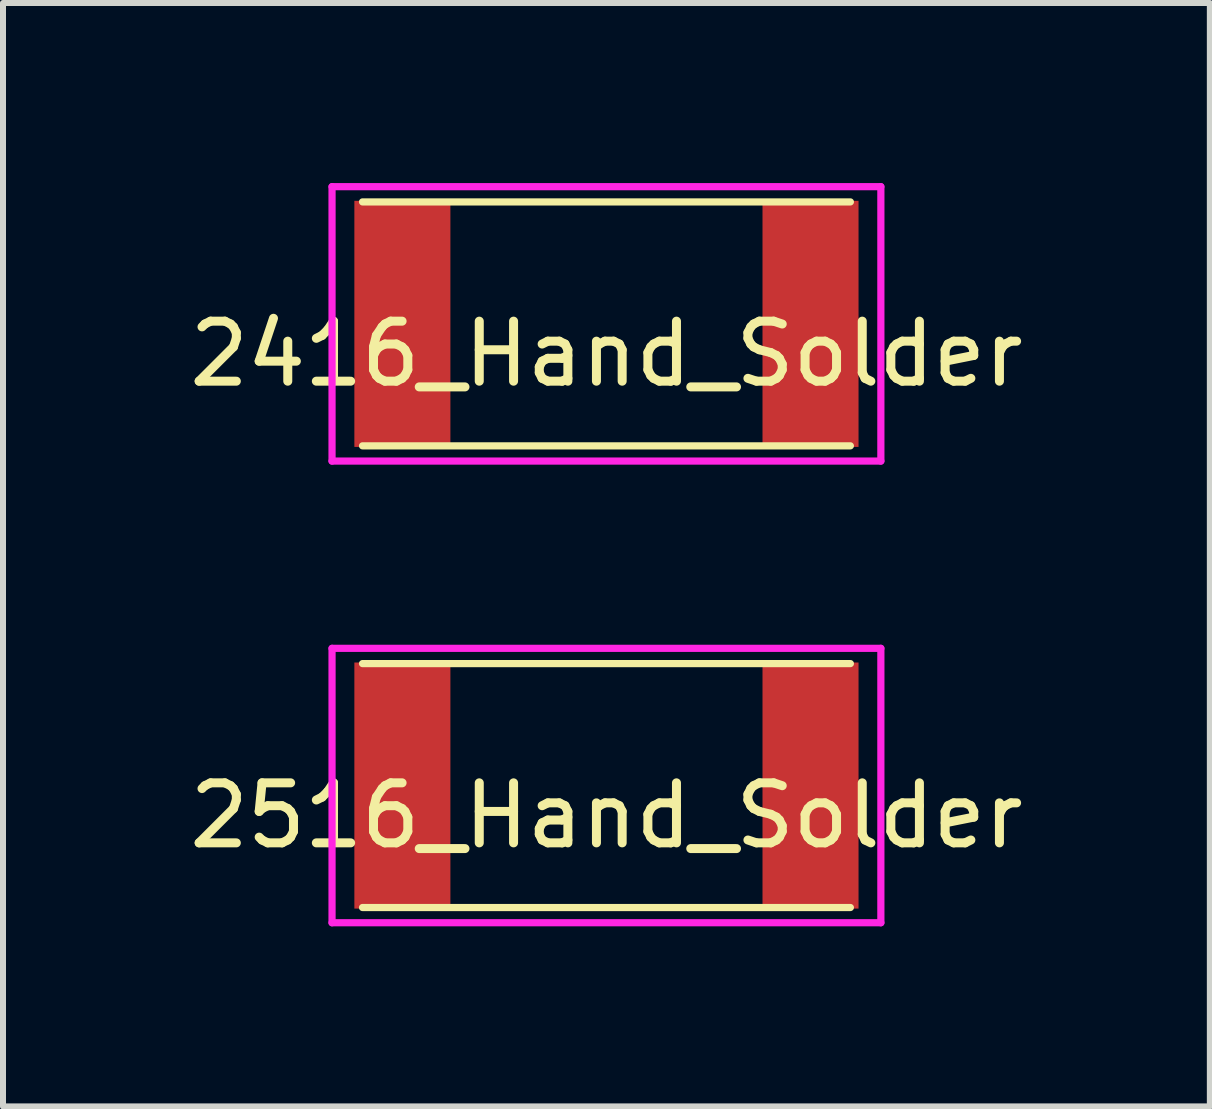
<source format=kicad_pcb>
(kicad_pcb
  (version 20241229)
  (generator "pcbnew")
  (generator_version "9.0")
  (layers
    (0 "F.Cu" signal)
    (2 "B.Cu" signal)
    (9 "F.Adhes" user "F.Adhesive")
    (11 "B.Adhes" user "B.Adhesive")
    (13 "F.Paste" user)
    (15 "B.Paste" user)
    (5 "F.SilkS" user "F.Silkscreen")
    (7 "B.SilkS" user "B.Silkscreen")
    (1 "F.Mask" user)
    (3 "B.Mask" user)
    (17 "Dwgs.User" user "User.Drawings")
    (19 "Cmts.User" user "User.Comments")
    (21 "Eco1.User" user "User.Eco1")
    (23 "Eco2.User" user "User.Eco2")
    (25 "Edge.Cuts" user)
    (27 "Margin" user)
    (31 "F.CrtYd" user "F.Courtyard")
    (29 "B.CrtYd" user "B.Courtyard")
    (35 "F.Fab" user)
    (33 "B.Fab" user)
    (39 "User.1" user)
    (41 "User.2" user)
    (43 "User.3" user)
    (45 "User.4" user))
  (footprint "2516_Hand_Solder"
    (layer "F.Cu")
    (at 7.054 10.038)
    (property "Reference" "2516_Hand_Solder" (at 0 0.5 0) (layer "F.SilkS") (effects (font (size 1 1) (thickness 0.15))))
    (attr through_hole)
    (fp_line (start -4.064 -2.032) (end 4.064 -2.032) (stroke (width 0.12) (type solid)) (layer "F.SilkS"))
    (fp_line (start 4.064 2.032) (end -4.064 2.032) (stroke (width 0.12) (type solid)) (layer "F.SilkS"))
    (fp_line (start -4.572 -2.286) (end 4.572 -2.286) (stroke (width 0.12) (type solid)) (layer "F.CrtYd"))
    (fp_line (start -4.572 2.286) (end -4.572 -2.286) (stroke (width 0.12) (type solid)) (layer "F.CrtYd"))
    (fp_line (start 4.572 -2.286) (end 4.572 2.286) (stroke (width 0.12) (type solid)) (layer "F.CrtYd"))
    (fp_line (start 4.572 2.286) (end -4.572 2.286) (stroke (width 0.12) (type solid)) (layer "F.CrtYd"))
    (pad "1" smd rect (at -3.4 0) (size 1.6 4.1) (layers "F.Cu" "F.Mask" "F.Paste"))
    (pad "2" smd rect (at 3.4 0) (size 1.6 4.1) (layers "F.Cu" "F.Mask" "F.Paste")))
  (footprint "2416_Hand_Solder"
    (layer "F.Cu")
    (at 7.054 2.346)
    (property "Reference" "2416_Hand_Solder" (at 0 0.5 0) (layer "F.SilkS") (effects (font (size 1 1) (thickness 0.15))))
    (attr through_hole)
    (fp_line (start -4.064 -2.032) (end 4.064 -2.032) (stroke (width 0.12) (type solid)) (layer "F.SilkS"))
    (fp_line (start 4.064 2.032) (end -4.064 2.032) (stroke (width 0.12) (type solid)) (layer "F.SilkS"))
    (fp_line (start -4.572 -2.286) (end 4.572 -2.286) (stroke (width 0.12) (type solid)) (layer "F.CrtYd"))
    (fp_line (start -4.572 2.286) (end -4.572 -2.286) (stroke (width 0.12) (type solid)) (layer "F.CrtYd"))
    (fp_line (start 4.572 -2.286) (end 4.572 2.286) (stroke (width 0.12) (type solid)) (layer "F.CrtYd"))
    (fp_line (start 4.572 2.286) (end -4.572 2.286) (stroke (width 0.12) (type solid)) (layer "F.CrtYd"))
    (pad "1" smd rect (at -3.4 0) (size 1.6 4.1) (layers "F.Cu" "F.Mask" "F.Paste"))
    (pad "2" smd rect (at 3.4 0) (size 1.6 4.1) (layers "F.Cu" "F.Mask" "F.Paste")))
  (gr_rect
    (start -3 -3)
    (end 17.107 15.384)
    (stroke (width 0.1) (type default))
    (fill no)
    (layer "Edge.Cuts")))
</source>
